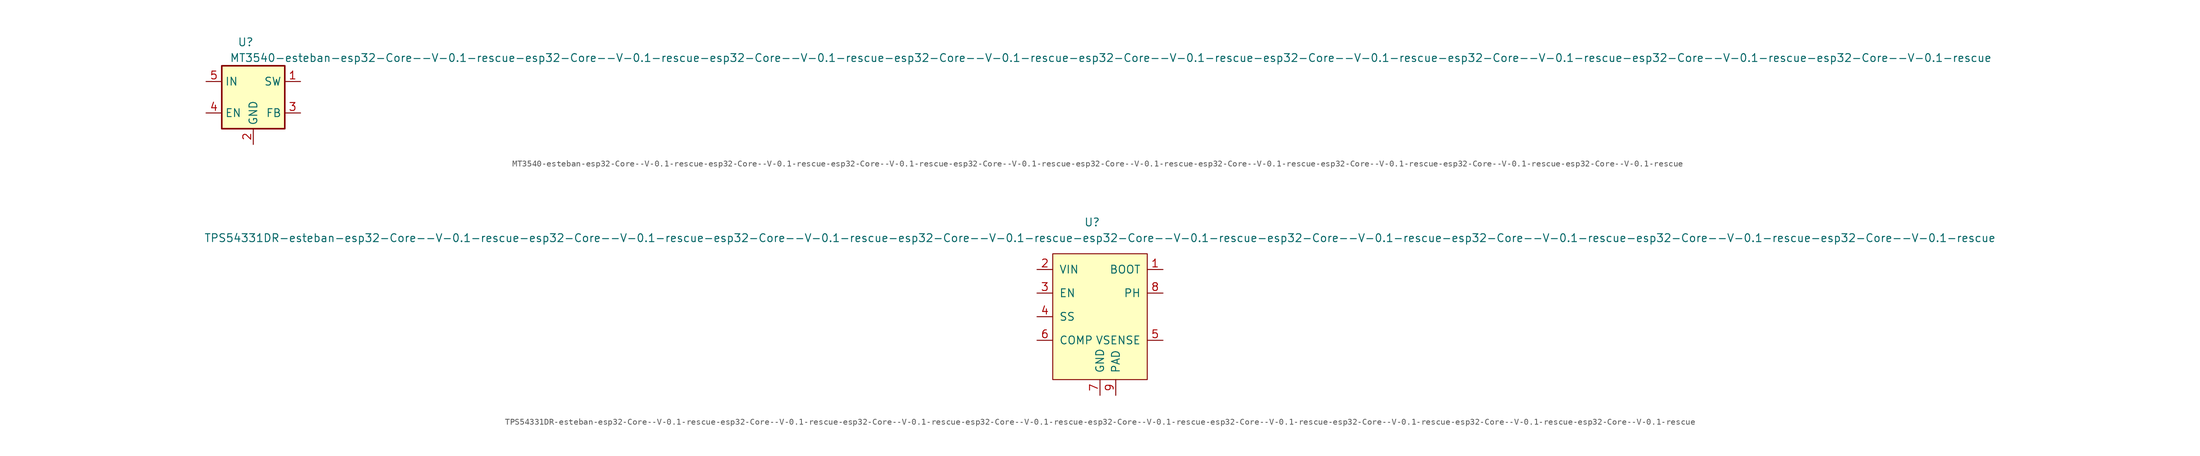
<source format=kicad_sym>
(kicad_symbol_lib
  (version 20220914)
  (generator kicad_symbol_editor)
  (symbol "MT3540-esteban-esp32-Core--V-0.1-rescue-esp32-Core--V-0.1-rescue-esp32-Core--V-0.1-rescue-esp32-Core--V-0.1-rescue-esp32-Core--V-0.1-rescue-esp32-Core--V-0.1-rescue-esp32-Core--V-0.1-rescue-esp32-Core--V-0.1-rescue-esp32-Core--V-0.1-rescue"
    (property "Reference" "U"
      (at -2.54 8.89 0)
      (effects (font (size 1.27 1.27)) (justify left)))
    (property "Value" "MT3540-esteban-esp32-Core--V-0.1-rescue-esp32-Core--V-0.1-rescue-esp32-Core--V-0.1-rescue-esp32-Core--V-0.1-rescue-esp32-Core--V-0.1-rescue-esp32-Core--V-0.1-rescue-esp32-Core--V-0.1-rescue-esp32-Core--V-0.1-rescue-esp32-Core--V-0.1-rescue"
      (at -3.81 6.35 0)
      (effects (font (size 1.27 1.27)) (justify left)))
    (symbol "MT3540-esteban-esp32-Core--V-0.1-rescue-esp32-Core--V-0.1-rescue-esp32-Core--V-0.1-rescue-esp32-Core--V-0.1-rescue-esp32-Core--V-0.1-rescue-esp32-Core--V-0.1-rescue-esp32-Core--V-0.1-rescue-esp32-Core--V-0.1-rescue-esp32-Core--V-0.1-rescue_0_1"
      (rectangle (start -5.08 5.08) (end 5.08 -5.08) (stroke (width 0.254) (type solid)) (fill (type background))))
    (symbol "MT3540-esteban-esp32-Core--V-0.1-rescue-esp32-Core--V-0.1-rescue-esp32-Core--V-0.1-rescue-esp32-Core--V-0.1-rescue-esp32-Core--V-0.1-rescue-esp32-Core--V-0.1-rescue-esp32-Core--V-0.1-rescue-esp32-Core--V-0.1-rescue-esp32-Core--V-0.1-rescue_1_1"
      (pin passive line (at 7.62 2.54 180) (length 2.54) (name "SW" (effects (font (size 1.27 1.27)))) (number "1" (effects (font (size 1.27 1.27)))))
      (pin power_in line (at 0 -7.62 90) (length 2.54) (name "GND" (effects (font (size 1.27 1.27)))) (number "2" (effects (font (size 1.27 1.27)))))
      (pin input line (at 7.62 -2.54 180) (length 2.54) (name "FB" (effects (font (size 1.27 1.27)))) (number "3" (effects (font (size 1.27 1.27)))))
      (pin input line (at -7.62 -2.54 0) (length 2.54) (name "EN" (effects (font (size 1.27 1.27)))) (number "4" (effects (font (size 1.27 1.27)))))
      (pin power_in line (at -7.62 2.54 0) (length 2.54) (name "IN" (effects (font (size 1.27 1.27)))) (number "5" (effects (font (size 1.27 1.27)))))))
  (symbol "TPS54331DR-esteban-esp32-Core--V-0.1-rescue-esp32-Core--V-0.1-rescue-esp32-Core--V-0.1-rescue-esp32-Core--V-0.1-rescue-esp32-Core--V-0.1-rescue-esp32-Core--V-0.1-rescue-esp32-Core--V-0.1-rescue-esp32-Core--V-0.1-rescue-esp32-Core--V-0.1-rescue"
    (pin_names
      (offset 1.016))
    (property "Reference" "U"
      (at -1.27 17.78 0)
      (effects (font (size 1.27 1.27))))
    (property "Value" "TPS54331DR-esteban-esp32-Core--V-0.1-rescue-esp32-Core--V-0.1-rescue-esp32-Core--V-0.1-rescue-esp32-Core--V-0.1-rescue-esp32-Core--V-0.1-rescue-esp32-Core--V-0.1-rescue-esp32-Core--V-0.1-rescue-esp32-Core--V-0.1-rescue-esp32-Core--V-0.1-rescue"
      (at 0 15.24 0)
      (effects (font (size 1.27 1.27))))
    (symbol "TPS54331DR-esteban-esp32-Core--V-0.1-rescue-esp32-Core--V-0.1-rescue-esp32-Core--V-0.1-rescue-esp32-Core--V-0.1-rescue-esp32-Core--V-0.1-rescue-esp32-Core--V-0.1-rescue-esp32-Core--V-0.1-rescue-esp32-Core--V-0.1-rescue-esp32-Core--V-0.1-rescue_0_1"
      (rectangle (start -7.62 12.7) (end 7.62 -7.62) (stroke (width 0) (type solid)) (fill (type background))))
    (symbol "TPS54331DR-esteban-esp32-Core--V-0.1-rescue-esp32-Core--V-0.1-rescue-esp32-Core--V-0.1-rescue-esp32-Core--V-0.1-rescue-esp32-Core--V-0.1-rescue-esp32-Core--V-0.1-rescue-esp32-Core--V-0.1-rescue-esp32-Core--V-0.1-rescue-esp32-Core--V-0.1-rescue_1_1"
      (pin input line (at 10.16 10.16 180) (length 2.54) (name "BOOT" (effects (font (size 1.27 1.27)))) (number "1" (effects (font (size 1.27 1.27)))))
      (pin input line (at -10.16 10.16 0) (length 2.54) (name "VIN" (effects (font (size 1.27 1.27)))) (number "2" (effects (font (size 1.27 1.27)))))
      (pin input line (at -10.16 6.35 0) (length 2.54) (name "EN" (effects (font (size 1.27 1.27)))) (number "3" (effects (font (size 1.27 1.27)))))
      (pin input line (at -10.16 2.54 0) (length 2.54) (name "SS" (effects (font (size 1.27 1.27)))) (number "4" (effects (font (size 1.27 1.27)))))
      (pin input line (at 10.16 -1.27 180) (length 2.54) (name "VSENSE" (effects (font (size 1.27 1.27)))) (number "5" (effects (font (size 1.27 1.27)))))
      (pin input line (at -10.16 -1.27 0) (length 2.54) (name "COMP" (effects (font (size 1.27 1.27)))) (number "6" (effects (font (size 1.27 1.27)))))
      (pin input line (at 0 -10.16 90) (length 2.54) (name "GND" (effects (font (size 1.27 1.27)))) (number "7" (effects (font (size 1.27 1.27)))))
      (pin input line (at 10.16 6.35 180) (length 2.54) (name "PH" (effects (font (size 1.27 1.27)))) (number "8" (effects (font (size 1.27 1.27)))))
      (pin input line (at 2.54 -10.16 90) (length 2.54) (name "PAD" (effects (font (size 1.27 1.27)))) (number "9" (effects (font (size 1.27 1.27))))))))
</source>
